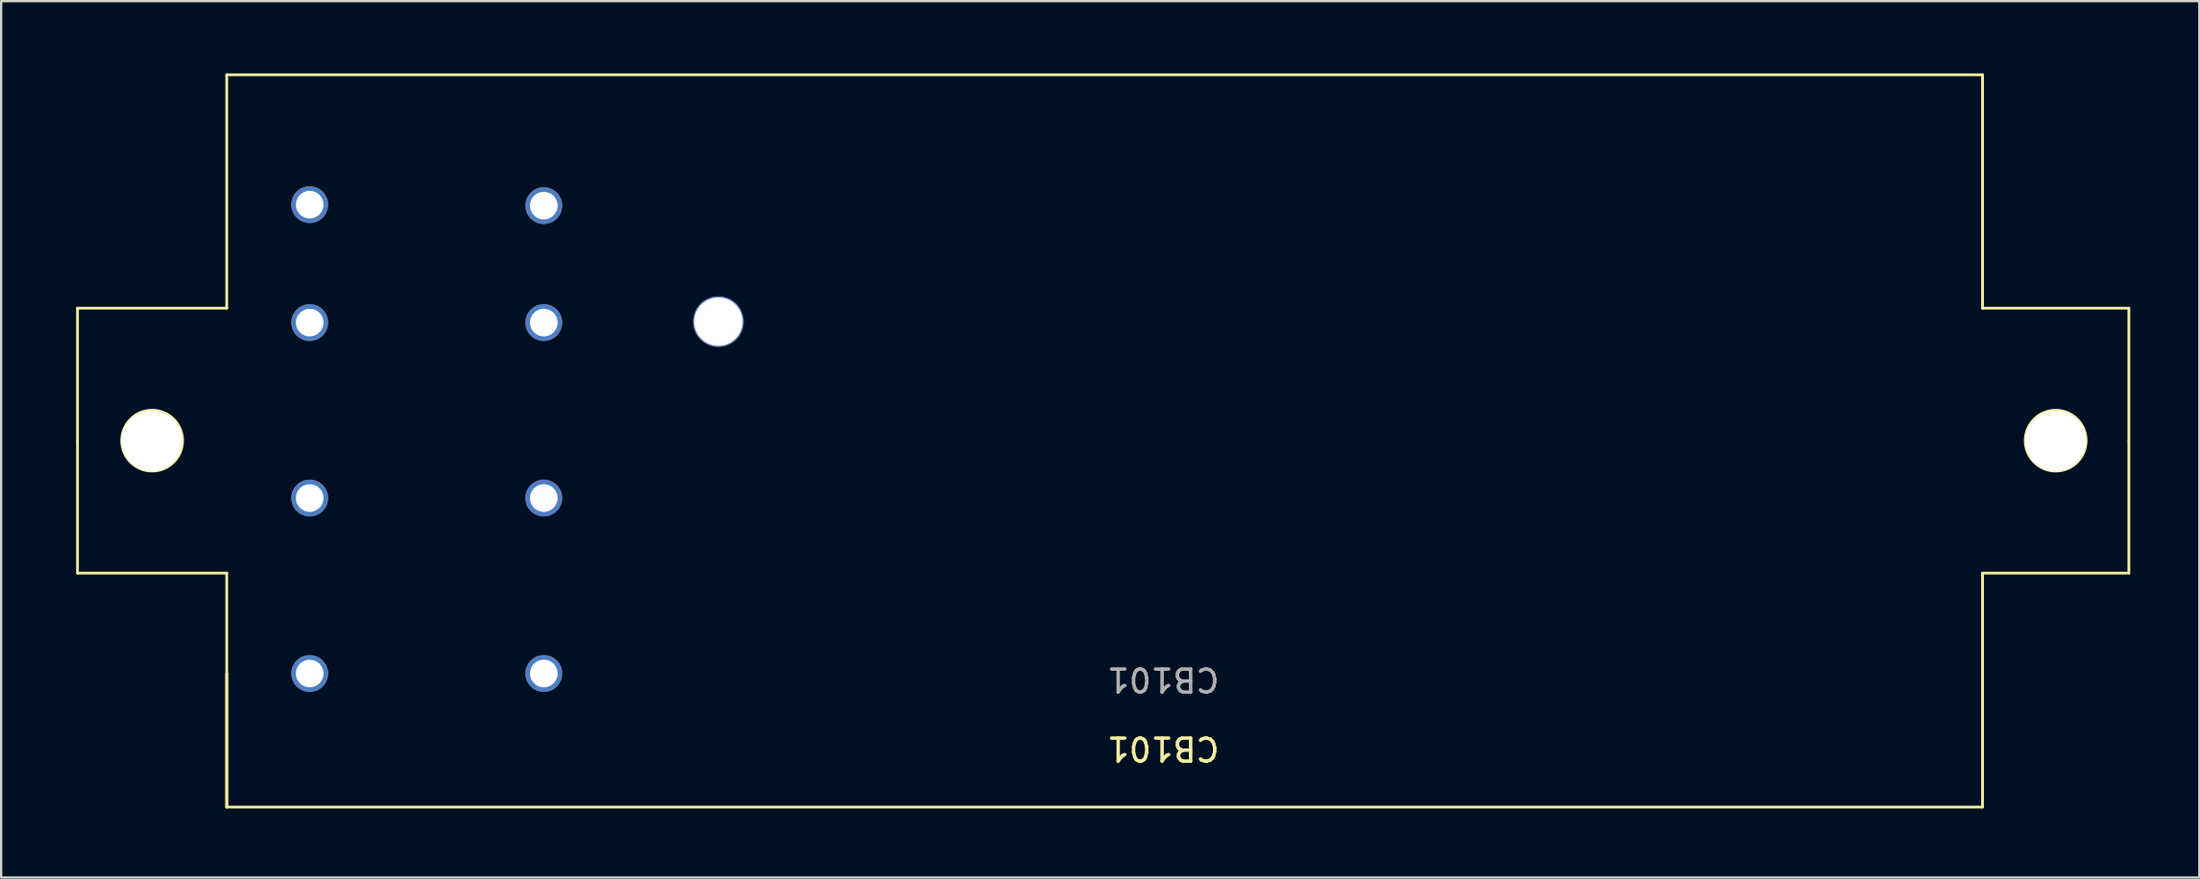
<source format=kicad_pcb>
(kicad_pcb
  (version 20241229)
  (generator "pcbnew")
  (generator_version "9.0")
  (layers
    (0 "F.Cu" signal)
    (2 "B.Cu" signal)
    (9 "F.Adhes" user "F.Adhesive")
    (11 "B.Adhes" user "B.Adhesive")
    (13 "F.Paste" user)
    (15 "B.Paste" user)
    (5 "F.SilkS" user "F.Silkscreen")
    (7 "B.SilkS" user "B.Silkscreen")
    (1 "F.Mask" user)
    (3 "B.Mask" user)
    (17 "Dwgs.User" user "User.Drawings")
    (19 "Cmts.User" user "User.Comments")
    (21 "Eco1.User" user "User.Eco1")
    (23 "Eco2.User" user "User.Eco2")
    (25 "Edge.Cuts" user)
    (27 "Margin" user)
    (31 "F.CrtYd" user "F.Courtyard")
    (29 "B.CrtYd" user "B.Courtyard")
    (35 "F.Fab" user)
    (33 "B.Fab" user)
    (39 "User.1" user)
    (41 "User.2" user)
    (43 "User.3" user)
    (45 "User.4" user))
  (footprint "CB101"
    (layer "F.Cu")
    (at 0.25 0.25)
    (property "Reference" "CB101" (at 47.181 29.21 180) (unlocked yes) (layer "F.SilkS") (effects (font (size 1 1) (thickness 0.15))))
    (attr smd)
    (fp_line (start 0.064 10.084) (end 6.54 10.084) (stroke (width 0.12) (type solid)) (layer "F.SilkS"))
    (fp_line (start 0.064 15.824) (end 0.064 10.084) (stroke (width 0.12) (type solid)) (layer "F.SilkS"))
    (fp_line (start 0.064 21.59) (end 0.064 15.85) (stroke (width 0.12) (type solid)) (layer "F.SilkS"))
    (fp_line (start 0.064 21.59) (end 6.54 21.59) (stroke (width 0.12) (type solid)) (layer "F.SilkS"))
    (fp_line (start 6.54 -0.05) (end 82.74 -0.05) (stroke (width 0.12) (type solid)) (layer "F.SilkS"))
    (fp_line (start 6.54 10.084) (end 6.54 -0.05) (stroke (width 0.12) (type solid)) (layer "F.SilkS"))
    (fp_line (start 6.54 21.59) (end 6.54 31.75) (stroke (width 0.12) (type solid)) (layer "F.SilkS"))
    (fp_line (start 6.54 31.75) (end 6.54 25.95) (stroke (width 0.12) (type solid)) (layer "F.SilkS"))
    (fp_line (start 6.54 31.75) (end 82.74 31.75) (stroke (width 0.12) (type solid)) (layer "F.SilkS"))
    (fp_line (start 82.74 10.084) (end 82.74 -0.05) (stroke (width 0.12) (type solid)) (layer "F.SilkS"))
    (fp_line (start 82.74 31.75) (end 82.74 21.59) (stroke (width 0.12) (type solid)) (layer "F.SilkS"))
    (fp_line (start 89.091 10.084) (end 82.74 10.084) (stroke (width 0.12) (type solid)) (layer "F.SilkS"))
    (fp_line (start 89.091 10.084) (end 89.091 15.824) (stroke (width 0.12) (type solid)) (layer "F.SilkS"))
    (fp_line (start 89.091 15.85) (end 89.091 21.59) (stroke (width 0.12) (type solid)) (layer "F.SilkS"))
    (fp_line (start 89.091 21.59) (end 82.74 21.59) (stroke (width 0.12) (type solid)) (layer "F.SilkS"))
    (fp_circle (center 3.302 15.837) (end 1.981 15.837) (stroke (width 0.12) (type solid)) (fill no) (layer "F.SilkS"))
    (fp_circle (center 85.915 15.837) (end 84.594 15.837) (stroke (width 0.12) (type solid)) (fill no) (layer "F.SilkS"))
    (fp_text user "${REFERENCE}" (at 47.181 26.21 180) (unlocked yes) (layer "F.Fab") (effects (font (size 1 1) (thickness 0.15))))
    (pad "" thru_hole circle (at 3.289 15.85 180) (size 2.64 2.64) (drill 2.64) (layers "*.Cu" "*.Mask"))
    (pad "" thru_hole circle (at 85.915 15.85 180) (size 2.64 2.64) (drill 2.64) (layers "*.Cu" "*.Mask"))
    (pad "1" thru_hole circle (at 10.14 25.95 180) (size 1.6 1.6) (drill 1.2) (layers "*.Cu" "*.Mask"))
    (pad "2" thru_hole circle (at 10.14 18.33 180) (size 1.6 1.6) (drill 1.2) (layers "*.Cu" "*.Mask"))
    (pad "3" thru_hole circle (at 10.14 10.71 180) (size 1.6 1.6) (drill 1.2) (layers "*.Cu" "*.Mask"))
    (pad "4" thru_hole circle (at 10.14 5.588 180) (size 1.6 1.6) (drill 1.2) (layers "*.Cu" "*.Mask"))
    (pad "5" thru_hole circle (at 20.3 5.63 180) (size 1.6 1.6) (drill 1.2) (layers "*.Cu" "*.Mask"))
    (pad "6" thru_hole circle (at 20.3 10.71 180) (size 1.6 1.6) (drill 1.2) (layers "*.Cu" "*.Mask"))
    (pad "7" thru_hole circle (at 20.3 18.33 180) (size 1.6 1.6) (drill 1.2) (layers "*.Cu" "*.Mask"))
    (pad "8" thru_hole circle (at 20.3 25.95 180) (size 1.6 1.6) (drill 1.2) (layers "*.Cu" "*.Mask"))
    (pad "9" thru_hole circle (at 27.877 10.668 180) (size 2.2 2.2) (drill 2.1) (layers "*.Cu" "*.Mask")))
  (gr_rect
    (start -3 -3)
    (end 92.4 35.06)
    (stroke (width 0.1) (type default))
    (fill no)
    (layer "Edge.Cuts")))
</source>
